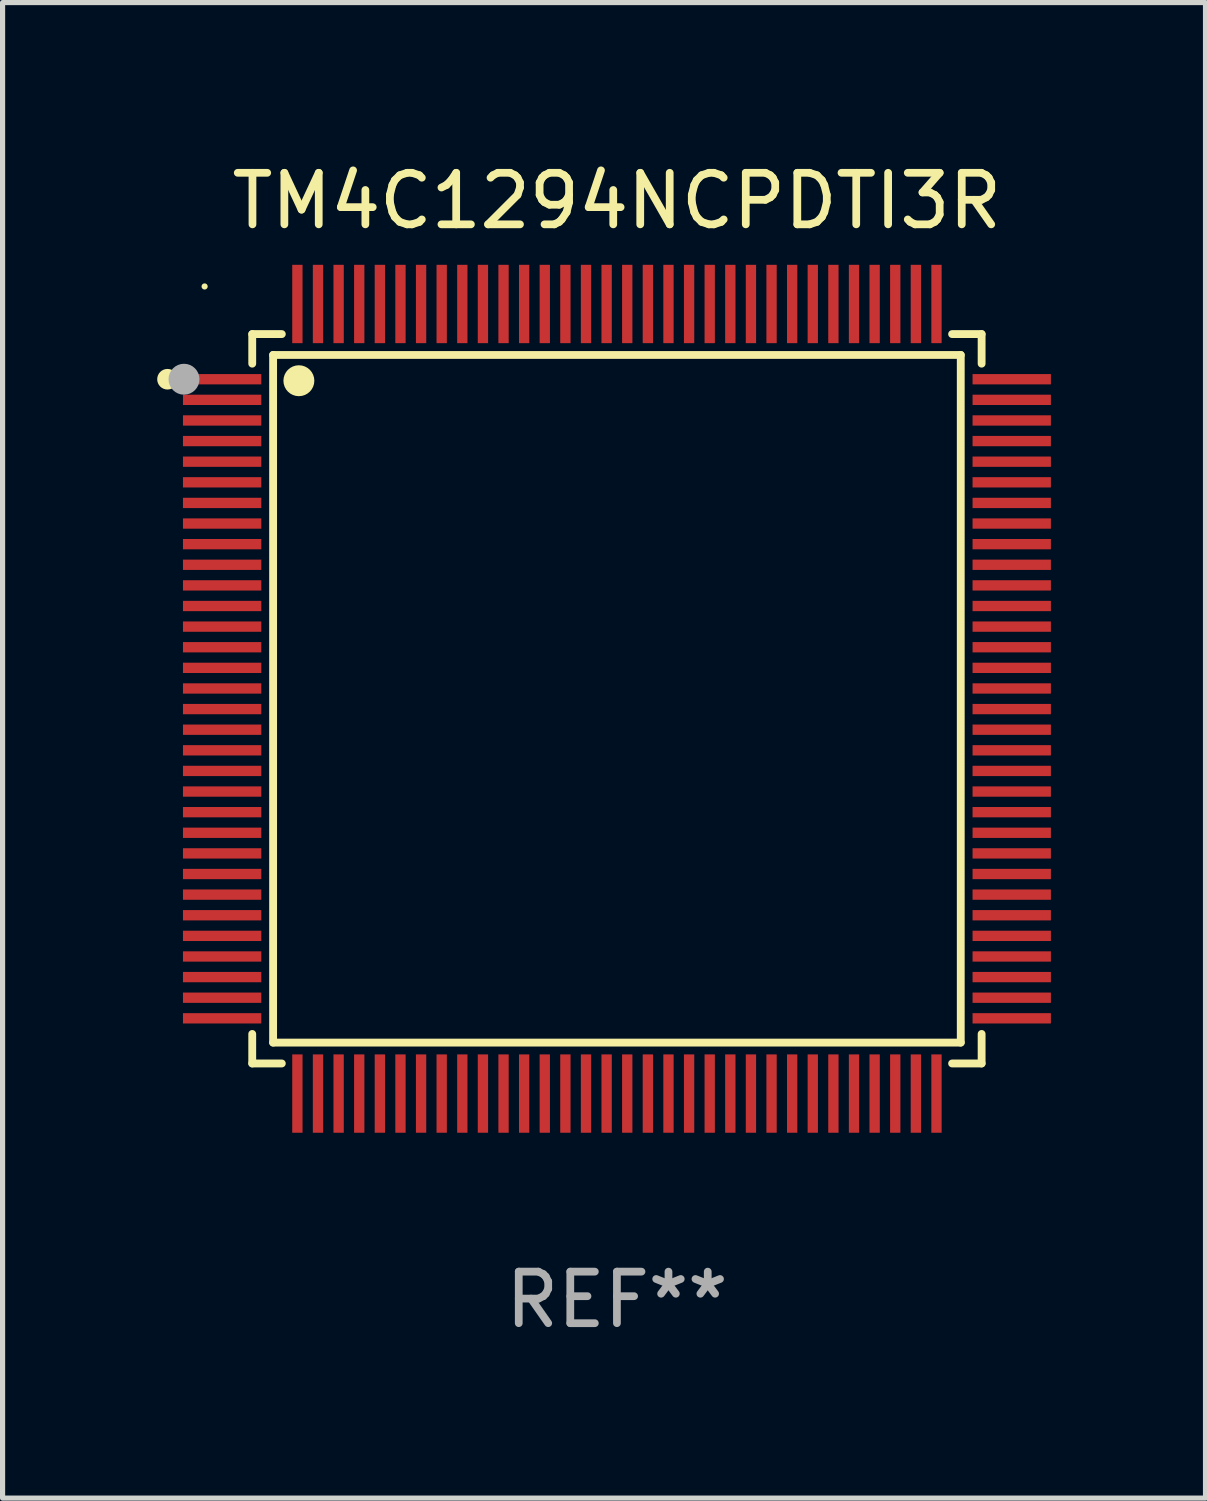
<source format=kicad_pcb>
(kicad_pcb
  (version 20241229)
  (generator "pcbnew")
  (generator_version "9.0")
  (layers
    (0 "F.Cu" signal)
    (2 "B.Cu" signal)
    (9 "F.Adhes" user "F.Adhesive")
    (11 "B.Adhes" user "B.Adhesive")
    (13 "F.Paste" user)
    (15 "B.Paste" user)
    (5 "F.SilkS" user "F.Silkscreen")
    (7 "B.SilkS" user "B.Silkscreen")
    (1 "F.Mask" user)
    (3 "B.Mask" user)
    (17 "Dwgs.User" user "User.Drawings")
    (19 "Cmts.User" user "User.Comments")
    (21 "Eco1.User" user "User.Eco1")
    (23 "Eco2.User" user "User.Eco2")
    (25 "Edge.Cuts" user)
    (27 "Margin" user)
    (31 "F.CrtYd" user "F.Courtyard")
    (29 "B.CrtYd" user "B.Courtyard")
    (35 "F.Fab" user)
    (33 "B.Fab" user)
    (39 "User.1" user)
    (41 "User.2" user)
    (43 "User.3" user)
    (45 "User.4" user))
  (footprint "TM4C1294NCPDTI3R"
    (layer "F.Cu")
    (at 8.92 10.508)
    (property "Reference" "TM4C1294NCPDTI3R" (at 0 -9.66 0) (layer "F.SilkS") (effects (font (size 1 1) (thickness 0.15))))
    (attr through_hole)
    (fp_line (start -7.076 -7.076) (end -7.076 -6.502) (stroke (width 0.152) (type solid)) (layer "F.SilkS"))
    (fp_line (start -7.076 7.076) (end -7.076 6.503) (stroke (width 0.152) (type solid)) (layer "F.SilkS"))
    (fp_line (start -6.671 -6.671) (end 6.671 -6.671) (stroke (width 0.152) (type solid)) (layer "F.SilkS"))
    (fp_line (start -6.671 6.671) (end -6.671 -6.671) (stroke (width 0.152) (type solid)) (layer "F.SilkS"))
    (fp_line (start -6.502 -7.076) (end -7.076 -7.076) (stroke (width 0.152) (type solid)) (layer "F.SilkS"))
    (fp_line (start -6.502 7.076) (end -7.076 7.076) (stroke (width 0.152) (type solid)) (layer "F.SilkS"))
    (fp_line (start 6.503 -7.076) (end 7.076 -7.076) (stroke (width 0.152) (type solid)) (layer "F.SilkS"))
    (fp_line (start 6.503 7.076) (end 7.076 7.076) (stroke (width 0.152) (type solid)) (layer "F.SilkS"))
    (fp_line (start 6.671 -6.671) (end 6.671 6.671) (stroke (width 0.152) (type solid)) (layer "F.SilkS"))
    (fp_line (start 6.671 6.671) (end -6.671 6.671) (stroke (width 0.152) (type solid)) (layer "F.SilkS"))
    (fp_line (start 7.076 -7.076) (end 7.076 -6.502) (stroke (width 0.152) (type solid)) (layer "F.SilkS"))
    (fp_line (start 7.076 7.076) (end 7.076 6.503) (stroke (width 0.152) (type solid)) (layer "F.SilkS"))
    (fp_circle (center -8.72 -6.2) (end -8.62 -6.2) (stroke (width 0.2) (type solid)) (fill no) (layer "F.SilkS"))
    (fp_circle (center -8 -8) (end -7.97 -8) (stroke (width 0.06) (type solid)) (fill no) (layer "F.SilkS"))
    (fp_circle (center -6.171 -6.171) (end -6.021 -6.171) (stroke (width 0.3) (type solid)) (fill no) (layer "F.SilkS"))
    (fp_circle (center -8.4 -6.2) (end -8.25 -6.2) (stroke (width 0.3) (type solid)) (fill no) (layer "F.Fab"))
    (fp_text user "REF**" (at 0 11.66 0) (layer "F.Fab") (effects (font (size 1 1) (thickness 0.15))))
    (pad "1" smd rect (at -7.66 -6.2 270) (size 0.2 1.52) (layers "F.Cu" "F.Mask" "F.Paste"))
    (pad "2" smd rect (at -7.66 -5.8 270) (size 0.2 1.52) (layers "F.Cu" "F.Mask" "F.Paste"))
    (pad "3" smd rect (at -7.66 -5.4 270) (size 0.2 1.52) (layers "F.Cu" "F.Mask" "F.Paste"))
    (pad "4" smd rect (at -7.66 -5 270) (size 0.2 1.52) (layers "F.Cu" "F.Mask" "F.Paste"))
    (pad "5" smd rect (at -7.66 -4.6 270) (size 0.2 1.52) (layers "F.Cu" "F.Mask" "F.Paste"))
    (pad "6" smd rect (at -7.66 -4.2 270) (size 0.2 1.52) (layers "F.Cu" "F.Mask" "F.Paste"))
    (pad "7" smd rect (at -7.66 -3.8 270) (size 0.2 1.52) (layers "F.Cu" "F.Mask" "F.Paste"))
    (pad "8" smd rect (at -7.66 -3.4 270) (size 0.2 1.52) (layers "F.Cu" "F.Mask" "F.Paste"))
    (pad "9" smd rect (at -7.66 -3 270) (size 0.2 1.52) (layers "F.Cu" "F.Mask" "F.Paste"))
    (pad "10" smd rect (at -7.66 -2.6 270) (size 0.2 1.52) (layers "F.Cu" "F.Mask" "F.Paste"))
    (pad "11" smd rect (at -7.66 -2.2 270) (size 0.2 1.52) (layers "F.Cu" "F.Mask" "F.Paste"))
    (pad "12" smd rect (at -7.66 -1.8 270) (size 0.2 1.52) (layers "F.Cu" "F.Mask" "F.Paste"))
    (pad "13" smd rect (at -7.66 -1.4 270) (size 0.2 1.52) (layers "F.Cu" "F.Mask" "F.Paste"))
    (pad "14" smd rect (at -7.66 -1 270) (size 0.2 1.52) (layers "F.Cu" "F.Mask" "F.Paste"))
    (pad "15" smd rect (at -7.66 -0.6 270) (size 0.2 1.52) (layers "F.Cu" "F.Mask" "F.Paste"))
    (pad "16" smd rect (at -7.66 -0.2 270) (size 0.2 1.52) (layers "F.Cu" "F.Mask" "F.Paste"))
    (pad "17" smd rect (at -7.66 0.2 270) (size 0.2 1.52) (layers "F.Cu" "F.Mask" "F.Paste"))
    (pad "18" smd rect (at -7.66 0.6 270) (size 0.2 1.52) (layers "F.Cu" "F.Mask" "F.Paste"))
    (pad "19" smd rect (at -7.66 1 270) (size 0.2 1.52) (layers "F.Cu" "F.Mask" "F.Paste"))
    (pad "20" smd rect (at -7.66 1.4 270) (size 0.2 1.52) (layers "F.Cu" "F.Mask" "F.Paste"))
    (pad "21" smd rect (at -7.66 1.8 270) (size 0.2 1.52) (layers "F.Cu" "F.Mask" "F.Paste"))
    (pad "22" smd rect (at -7.66 2.2 270) (size 0.2 1.52) (layers "F.Cu" "F.Mask" "F.Paste"))
    (pad "23" smd rect (at -7.66 2.6 270) (size 0.2 1.52) (layers "F.Cu" "F.Mask" "F.Paste"))
    (pad "24" smd rect (at -7.66 3 270) (size 0.2 1.52) (layers "F.Cu" "F.Mask" "F.Paste"))
    (pad "25" smd rect (at -7.66 3.4 270) (size 0.2 1.52) (layers "F.Cu" "F.Mask" "F.Paste"))
    (pad "26" smd rect (at -7.66 3.8 270) (size 0.2 1.52) (layers "F.Cu" "F.Mask" "F.Paste"))
    (pad "27" smd rect (at -7.66 4.2 270) (size 0.2 1.52) (layers "F.Cu" "F.Mask" "F.Paste"))
    (pad "28" smd rect (at -7.66 4.6 270) (size 0.2 1.52) (layers "F.Cu" "F.Mask" "F.Paste"))
    (pad "29" smd rect (at -7.66 5 270) (size 0.2 1.52) (layers "F.Cu" "F.Mask" "F.Paste"))
    (pad "30" smd rect (at -7.66 5.4 270) (size 0.2 1.52) (layers "F.Cu" "F.Mask" "F.Paste"))
    (pad "31" smd rect (at -7.66 5.8 270) (size 0.2 1.52) (layers "F.Cu" "F.Mask" "F.Paste"))
    (pad "32" smd rect (at -7.66 6.2 270) (size 0.2 1.52) (layers "F.Cu" "F.Mask" "F.Paste"))
    (pad "33" smd rect (at -6.2 7.66 270) (size 1.52 0.2) (layers "F.Cu" "F.Mask" "F.Paste"))
    (pad "34" smd rect (at -5.8 7.66 270) (size 1.52 0.2) (layers "F.Cu" "F.Mask" "F.Paste"))
    (pad "35" smd rect (at -5.4 7.66 270) (size 1.52 0.2) (layers "F.Cu" "F.Mask" "F.Paste"))
    (pad "36" smd rect (at -5 7.66 270) (size 1.52 0.2) (layers "F.Cu" "F.Mask" "F.Paste"))
    (pad "37" smd rect (at -4.6 7.66 270) (size 1.52 0.2) (layers "F.Cu" "F.Mask" "F.Paste"))
    (pad "38" smd rect (at -4.2 7.66 270) (size 1.52 0.2) (layers "F.Cu" "F.Mask" "F.Paste"))
    (pad "39" smd rect (at -3.8 7.66 270) (size 1.52 0.2) (layers "F.Cu" "F.Mask" "F.Paste"))
    (pad "40" smd rect (at -3.4 7.66 270) (size 1.52 0.2) (layers "F.Cu" "F.Mask" "F.Paste"))
    (pad "41" smd rect (at -3 7.66 270) (size 1.52 0.2) (layers "F.Cu" "F.Mask" "F.Paste"))
    (pad "42" smd rect (at -2.6 7.66 270) (size 1.52 0.2) (layers "F.Cu" "F.Mask" "F.Paste"))
    (pad "43" smd rect (at -2.2 7.66 270) (size 1.52 0.2) (layers "F.Cu" "F.Mask" "F.Paste"))
    (pad "44" smd rect (at -1.8 7.66 270) (size 1.52 0.2) (layers "F.Cu" "F.Mask" "F.Paste"))
    (pad "45" smd rect (at -1.4 7.66 270) (size 1.52 0.2) (layers "F.Cu" "F.Mask" "F.Paste"))
    (pad "46" smd rect (at -1 7.66 270) (size 1.52 0.2) (layers "F.Cu" "F.Mask" "F.Paste"))
    (pad "47" smd rect (at -0.6 7.66 270) (size 1.52 0.2) (layers "F.Cu" "F.Mask" "F.Paste"))
    (pad "48" smd rect (at -0.2 7.66 270) (size 1.52 0.2) (layers "F.Cu" "F.Mask" "F.Paste"))
    (pad "49" smd rect (at 0.2 7.66 270) (size 1.52 0.2) (layers "F.Cu" "F.Mask" "F.Paste"))
    (pad "50" smd rect (at 0.6 7.66 270) (size 1.52 0.2) (layers "F.Cu" "F.Mask" "F.Paste"))
    (pad "51" smd rect (at 1 7.66 270) (size 1.52 0.2) (layers "F.Cu" "F.Mask" "F.Paste"))
    (pad "52" smd rect (at 1.4 7.66 270) (size 1.52 0.2) (layers "F.Cu" "F.Mask" "F.Paste"))
    (pad "53" smd rect (at 1.8 7.66 270) (size 1.52 0.2) (layers "F.Cu" "F.Mask" "F.Paste"))
    (pad "54" smd rect (at 2.2 7.66 270) (size 1.52 0.2) (layers "F.Cu" "F.Mask" "F.Paste"))
    (pad "55" smd rect (at 2.6 7.66 270) (size 1.52 0.2) (layers "F.Cu" "F.Mask" "F.Paste"))
    (pad "56" smd rect (at 3 7.66 270) (size 1.52 0.2) (layers "F.Cu" "F.Mask" "F.Paste"))
    (pad "57" smd rect (at 3.4 7.66 270) (size 1.52 0.2) (layers "F.Cu" "F.Mask" "F.Paste"))
    (pad "58" smd rect (at 3.8 7.66 270) (size 1.52 0.2) (layers "F.Cu" "F.Mask" "F.Paste"))
    (pad "59" smd rect (at 4.2 7.66 270) (size 1.52 0.2) (layers "F.Cu" "F.Mask" "F.Paste"))
    (pad "60" smd rect (at 4.6 7.66 270) (size 1.52 0.2) (layers "F.Cu" "F.Mask" "F.Paste"))
    (pad "61" smd rect (at 5 7.66 270) (size 1.52 0.2) (layers "F.Cu" "F.Mask" "F.Paste"))
    (pad "62" smd rect (at 5.4 7.66 270) (size 1.52 0.2) (layers "F.Cu" "F.Mask" "F.Paste"))
    (pad "63" smd rect (at 5.8 7.66 270) (size 1.52 0.2) (layers "F.Cu" "F.Mask" "F.Paste"))
    (pad "64" smd rect (at 6.2 7.66 270) (size 1.52 0.2) (layers "F.Cu" "F.Mask" "F.Paste"))
    (pad "65" smd rect (at 7.66 6.2 270) (size 0.2 1.52) (layers "F.Cu" "F.Mask" "F.Paste"))
    (pad "66" smd rect (at 7.66 5.8 270) (size 0.2 1.52) (layers "F.Cu" "F.Mask" "F.Paste"))
    (pad "67" smd rect (at 7.66 5.4 270) (size 0.2 1.52) (layers "F.Cu" "F.Mask" "F.Paste"))
    (pad "68" smd rect (at 7.66 5 270) (size 0.2 1.52) (layers "F.Cu" "F.Mask" "F.Paste"))
    (pad "69" smd rect (at 7.66 4.6 270) (size 0.2 1.52) (layers "F.Cu" "F.Mask" "F.Paste"))
    (pad "70" smd rect (at 7.66 4.2 270) (size 0.2 1.52) (layers "F.Cu" "F.Mask" "F.Paste"))
    (pad "71" smd rect (at 7.66 3.8 270) (size 0.2 1.52) (layers "F.Cu" "F.Mask" "F.Paste"))
    (pad "72" smd rect (at 7.66 3.4 270) (size 0.2 1.52) (layers "F.Cu" "F.Mask" "F.Paste"))
    (pad "73" smd rect (at 7.66 3 270) (size 0.2 1.52) (layers "F.Cu" "F.Mask" "F.Paste"))
    (pad "74" smd rect (at 7.66 2.6 270) (size 0.2 1.52) (layers "F.Cu" "F.Mask" "F.Paste"))
    (pad "75" smd rect (at 7.66 2.2 270) (size 0.2 1.52) (layers "F.Cu" "F.Mask" "F.Paste"))
    (pad "76" smd rect (at 7.66 1.8 270) (size 0.2 1.52) (layers "F.Cu" "F.Mask" "F.Paste"))
    (pad "77" smd rect (at 7.66 1.4 270) (size 0.2 1.52) (layers "F.Cu" "F.Mask" "F.Paste"))
    (pad "78" smd rect (at 7.66 1 270) (size 0.2 1.52) (layers "F.Cu" "F.Mask" "F.Paste"))
    (pad "79" smd rect (at 7.66 0.6 270) (size 0.2 1.52) (layers "F.Cu" "F.Mask" "F.Paste"))
    (pad "80" smd rect (at 7.66 0.2 270) (size 0.2 1.52) (layers "F.Cu" "F.Mask" "F.Paste"))
    (pad "81" smd rect (at 7.66 -0.2 270) (size 0.2 1.52) (layers "F.Cu" "F.Mask" "F.Paste"))
    (pad "82" smd rect (at 7.66 -0.6 270) (size 0.2 1.52) (layers "F.Cu" "F.Mask" "F.Paste"))
    (pad "83" smd rect (at 7.66 -1 270) (size 0.2 1.52) (layers "F.Cu" "F.Mask" "F.Paste"))
    (pad "84" smd rect (at 7.66 -1.4 270) (size 0.2 1.52) (layers "F.Cu" "F.Mask" "F.Paste"))
    (pad "85" smd rect (at 7.66 -1.8 270) (size 0.2 1.52) (layers "F.Cu" "F.Mask" "F.Paste"))
    (pad "86" smd rect (at 7.66 -2.2 270) (size 0.2 1.52) (layers "F.Cu" "F.Mask" "F.Paste"))
    (pad "87" smd rect (at 7.66 -2.6 270) (size 0.2 1.52) (layers "F.Cu" "F.Mask" "F.Paste"))
    (pad "88" smd rect (at 7.66 -3 270) (size 0.2 1.52) (layers "F.Cu" "F.Mask" "F.Paste"))
    (pad "89" smd rect (at 7.66 -3.4 270) (size 0.2 1.52) (layers "F.Cu" "F.Mask" "F.Paste"))
    (pad "90" smd rect (at 7.66 -3.8 270) (size 0.2 1.52) (layers "F.Cu" "F.Mask" "F.Paste"))
    (pad "91" smd rect (at 7.66 -4.2 270) (size 0.2 1.52) (layers "F.Cu" "F.Mask" "F.Paste"))
    (pad "92" smd rect (at 7.66 -4.6 270) (size 0.2 1.52) (layers "F.Cu" "F.Mask" "F.Paste"))
    (pad "93" smd rect (at 7.66 -5 270) (size 0.2 1.52) (layers "F.Cu" "F.Mask" "F.Paste"))
    (pad "94" smd rect (at 7.66 -5.4 270) (size 0.2 1.52) (layers "F.Cu" "F.Mask" "F.Paste"))
    (pad "95" smd rect (at 7.66 -5.8 270) (size 0.2 1.52) (layers "F.Cu" "F.Mask" "F.Paste"))
    (pad "96" smd rect (at 7.66 -6.2 270) (size 0.2 1.52) (layers "F.Cu" "F.Mask" "F.Paste"))
    (pad "97" smd rect (at 6.2 -7.66 270) (size 1.52 0.2) (layers "F.Cu" "F.Mask" "F.Paste"))
    (pad "98" smd rect (at 5.8 -7.66 270) (size 1.52 0.2) (layers "F.Cu" "F.Mask" "F.Paste"))
    (pad "99" smd rect (at 5.4 -7.66 270) (size 1.52 0.2) (layers "F.Cu" "F.Mask" "F.Paste"))
    (pad "100" smd rect (at 5 -7.66 270) (size 1.52 0.2) (layers "F.Cu" "F.Mask" "F.Paste"))
    (pad "101" smd rect (at 4.6 -7.66 270) (size 1.52 0.2) (layers "F.Cu" "F.Mask" "F.Paste"))
    (pad "102" smd rect (at 4.2 -7.66 270) (size 1.52 0.2) (layers "F.Cu" "F.Mask" "F.Paste"))
    (pad "103" smd rect (at 3.8 -7.66 270) (size 1.52 0.2) (layers "F.Cu" "F.Mask" "F.Paste"))
    (pad "104" smd rect (at 3.4 -7.66 270) (size 1.52 0.2) (layers "F.Cu" "F.Mask" "F.Paste"))
    (pad "105" smd rect (at 3 -7.66 270) (size 1.52 0.2) (layers "F.Cu" "F.Mask" "F.Paste"))
    (pad "106" smd rect (at 2.6 -7.66 270) (size 1.52 0.2) (layers "F.Cu" "F.Mask" "F.Paste"))
    (pad "107" smd rect (at 2.2 -7.66 270) (size 1.52 0.2) (layers "F.Cu" "F.Mask" "F.Paste"))
    (pad "108" smd rect (at 1.8 -7.66 270) (size 1.52 0.2) (layers "F.Cu" "F.Mask" "F.Paste"))
    (pad "109" smd rect (at 1.4 -7.66 270) (size 1.52 0.2) (layers "F.Cu" "F.Mask" "F.Paste"))
    (pad "110" smd rect (at 1 -7.66 270) (size 1.52 0.2) (layers "F.Cu" "F.Mask" "F.Paste"))
    (pad "111" smd rect (at 0.6 -7.66 270) (size 1.52 0.2) (layers "F.Cu" "F.Mask" "F.Paste"))
    (pad "112" smd rect (at 0.2 -7.66 270) (size 1.52 0.2) (layers "F.Cu" "F.Mask" "F.Paste"))
    (pad "113" smd rect (at -0.2 -7.66 270) (size 1.52 0.2) (layers "F.Cu" "F.Mask" "F.Paste"))
    (pad "114" smd rect (at -0.6 -7.66 270) (size 1.52 0.2) (layers "F.Cu" "F.Mask" "F.Paste"))
    (pad "115" smd rect (at -1 -7.66 270) (size 1.52 0.2) (layers "F.Cu" "F.Mask" "F.Paste"))
    (pad "116" smd rect (at -1.4 -7.66 270) (size 1.52 0.2) (layers "F.Cu" "F.Mask" "F.Paste"))
    (pad "117" smd rect (at -1.8 -7.66 270) (size 1.52 0.2) (layers "F.Cu" "F.Mask" "F.Paste"))
    (pad "118" smd rect (at -2.2 -7.66 270) (size 1.52 0.2) (layers "F.Cu" "F.Mask" "F.Paste"))
    (pad "119" smd rect (at -2.6 -7.66 270) (size 1.52 0.2) (layers "F.Cu" "F.Mask" "F.Paste"))
    (pad "120" smd rect (at -3 -7.66 270) (size 1.52 0.2) (layers "F.Cu" "F.Mask" "F.Paste"))
    (pad "121" smd rect (at -3.4 -7.66 270) (size 1.52 0.2) (layers "F.Cu" "F.Mask" "F.Paste"))
    (pad "122" smd rect (at -3.8 -7.66 270) (size 1.52 0.2) (layers "F.Cu" "F.Mask" "F.Paste"))
    (pad "123" smd rect (at -4.2 -7.66 270) (size 1.52 0.2) (layers "F.Cu" "F.Mask" "F.Paste"))
    (pad "124" smd rect (at -4.6 -7.66 270) (size 1.52 0.2) (layers "F.Cu" "F.Mask" "F.Paste"))
    (pad "125" smd rect (at -5 -7.66 270) (size 1.52 0.2) (layers "F.Cu" "F.Mask" "F.Paste"))
    (pad "126" smd rect (at -5.4 -7.66 270) (size 1.52 0.2) (layers "F.Cu" "F.Mask" "F.Paste"))
    (pad "127" smd rect (at -5.8 -7.66 270) (size 1.52 0.2) (layers "F.Cu" "F.Mask" "F.Paste"))
    (pad "128" smd rect (at -6.2 -7.66 270) (size 1.52 0.2) (layers "F.Cu" "F.Mask" "F.Paste")))
  (gr_rect
    (start -3 -3)
    (end 20.34 26.017)
    (stroke (width 0.1) (type default))
    (fill no)
    (layer "Edge.Cuts")))
</source>
